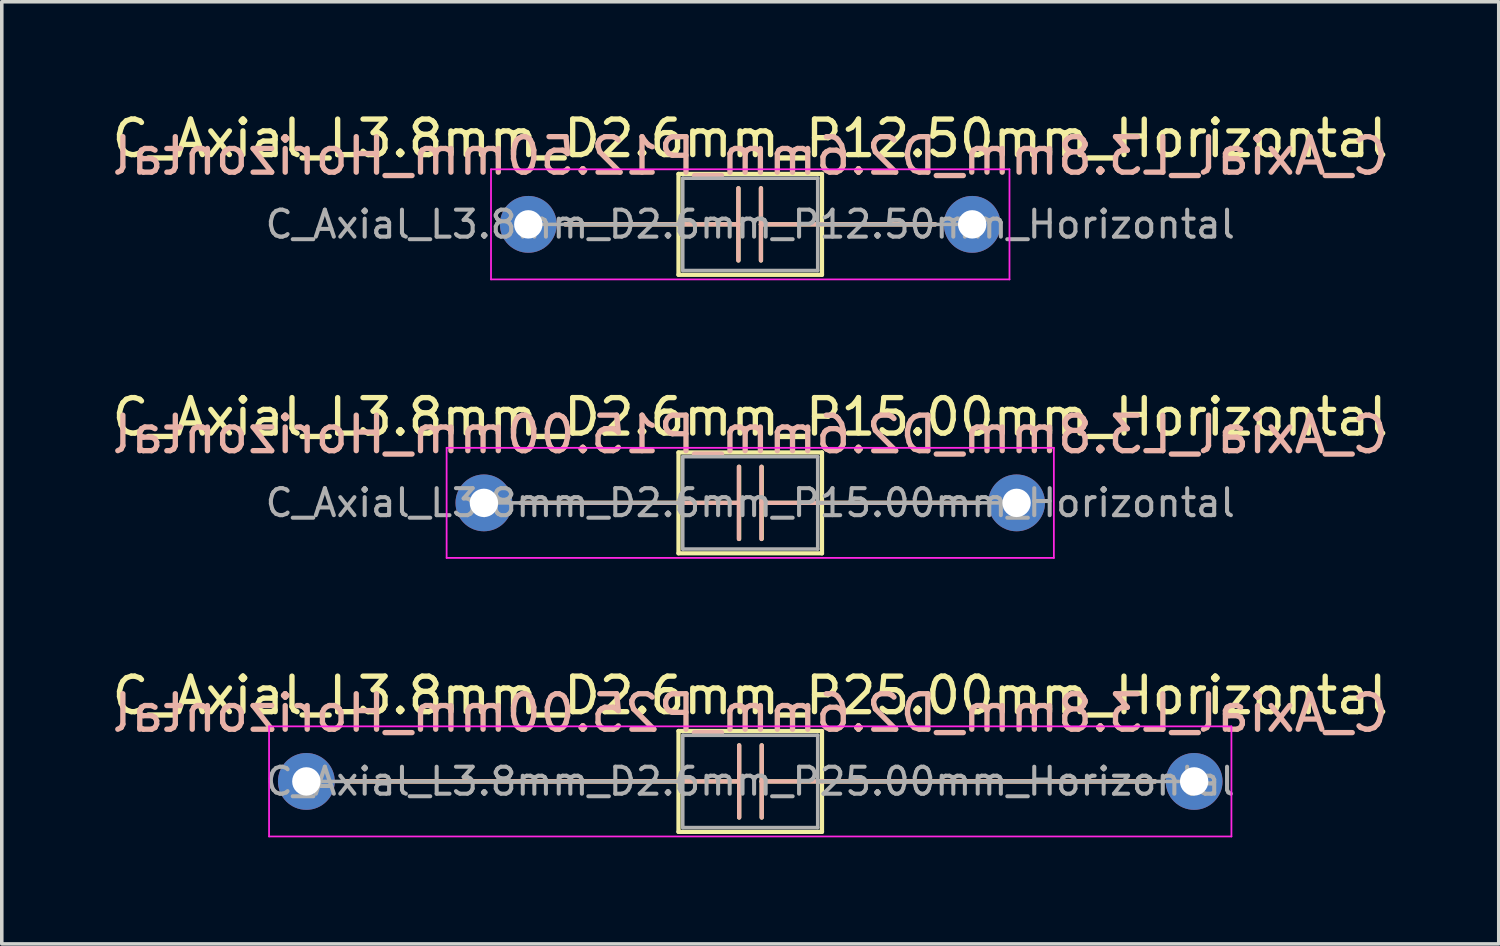
<source format=kicad_pcb>
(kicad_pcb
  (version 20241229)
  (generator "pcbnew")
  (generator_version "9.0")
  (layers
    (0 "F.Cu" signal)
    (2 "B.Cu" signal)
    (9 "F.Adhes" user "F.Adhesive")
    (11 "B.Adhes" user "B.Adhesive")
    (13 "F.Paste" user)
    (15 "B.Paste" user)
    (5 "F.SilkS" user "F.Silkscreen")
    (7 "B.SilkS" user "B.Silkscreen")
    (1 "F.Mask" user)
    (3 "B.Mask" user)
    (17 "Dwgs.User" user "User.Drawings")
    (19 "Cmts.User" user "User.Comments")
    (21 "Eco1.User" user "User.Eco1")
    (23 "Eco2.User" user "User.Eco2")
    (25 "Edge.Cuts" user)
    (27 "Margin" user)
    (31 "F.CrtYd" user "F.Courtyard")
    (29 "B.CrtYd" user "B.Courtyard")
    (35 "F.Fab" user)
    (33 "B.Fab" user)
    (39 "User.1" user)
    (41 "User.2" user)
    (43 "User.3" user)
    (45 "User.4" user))
  (footprint "C_Axial_L3.8mm_D2.6mm_P15.00mm_Horizontal"
    (layer "F.Cu")
    (at 10.577 11.111)
    (property "Reference" "C_Axial_L3.8mm_D2.6mm_P15.00mm_Horizontal" (at 7.5 -2.42 0) (layer "F.SilkS") (effects (font (size 1 1) (thickness 0.15))))
    (fp_line (start 1.04 0) (end 5.48 0) (stroke (width 0.12) (type solid)) (layer "F.SilkS"))
    (fp_line (start 5.461 0) (end 7.188 0) (stroke (width 0.12) (type solid)) (layer "F.SilkS"))
    (fp_line (start 5.48 -1.42) (end 5.48 1.42) (stroke (width 0.12) (type solid)) (layer "F.SilkS"))
    (fp_line (start 5.48 1.42) (end 9.52 1.42) (stroke (width 0.12) (type solid)) (layer "F.SilkS"))
    (fp_line (start 7.188 0) (end 7.188 -1.016) (stroke (width 0.12) (type solid)) (layer "F.SilkS"))
    (fp_line (start 7.188 0) (end 7.188 1.016) (stroke (width 0.12) (type solid)) (layer "F.SilkS"))
    (fp_line (start 7.823 0) (end 7.823 -1.016) (stroke (width 0.12) (type solid)) (layer "F.SilkS"))
    (fp_line (start 7.823 0) (end 7.823 1.016) (stroke (width 0.12) (type solid)) (layer "F.SilkS"))
    (fp_line (start 9.52 -1.42) (end 5.48 -1.42) (stroke (width 0.12) (type solid)) (layer "F.SilkS"))
    (fp_line (start 9.52 1.42) (end 9.52 -1.42) (stroke (width 0.12) (type solid)) (layer "F.SilkS"))
    (fp_line (start 9.525 0) (end 7.823 0) (stroke (width 0.12) (type solid)) (layer "F.SilkS"))
    (fp_line (start 13.96 0) (end 9.52 0) (stroke (width 0.12) (type solid)) (layer "F.SilkS"))
    (fp_line (start 1.03 0) (end 5.47 0) (stroke (width 0.12) (type solid)) (layer "B.SilkS"))
    (fp_line (start 5.451 0) (end 7.178 0) (stroke (width 0.12) (type solid)) (layer "B.SilkS"))
    (fp_line (start 7.178 0) (end 7.178 -1.016) (stroke (width 0.12) (type solid)) (layer "B.SilkS"))
    (fp_line (start 7.178 0) (end 7.178 1.016) (stroke (width 0.12) (type solid)) (layer "B.SilkS"))
    (fp_line (start 7.813 0) (end 7.813 -1.016) (stroke (width 0.12) (type solid)) (layer "B.SilkS"))
    (fp_line (start 7.813 0) (end 7.813 1.016) (stroke (width 0.12) (type solid)) (layer "B.SilkS"))
    (fp_line (start 9.515 0) (end 7.813 0) (stroke (width 0.12) (type solid)) (layer "B.SilkS"))
    (fp_line (start 13.95 0) (end 9.51 0) (stroke (width 0.12) (type solid)) (layer "B.SilkS"))
    (fp_line (start -1.05 -1.55) (end -1.05 1.55) (stroke (width 0.05) (type solid)) (layer "F.CrtYd"))
    (fp_line (start -1.05 1.55) (end 16.05 1.55) (stroke (width 0.05) (type solid)) (layer "F.CrtYd"))
    (fp_line (start 16.05 -1.55) (end -1.05 -1.55) (stroke (width 0.05) (type solid)) (layer "F.CrtYd"))
    (fp_line (start 16.05 1.55) (end 16.05 -1.55) (stroke (width 0.05) (type solid)) (layer "F.CrtYd"))
    (fp_line (start 0 0) (end 5.6 0) (stroke (width 0.1) (type solid)) (layer "F.Fab"))
    (fp_line (start 5.6 -1.3) (end 5.6 1.3) (stroke (width 0.1) (type solid)) (layer "F.Fab"))
    (fp_line (start 5.6 1.3) (end 9.4 1.3) (stroke (width 0.1) (type solid)) (layer "F.Fab"))
    (fp_line (start 9.4 -1.3) (end 5.6 -1.3) (stroke (width 0.1) (type solid)) (layer "F.Fab"))
    (fp_line (start 9.4 1.3) (end 9.4 -1.3) (stroke (width 0.1) (type solid)) (layer "F.Fab"))
    (fp_line (start 15 0) (end 9.4 0) (stroke (width 0.1) (type solid)) (layer "F.Fab"))
    (fp_text user "${REFERENCE}" (at 7.5 -1.925 0) (layer "B.SilkS") (effects (font (size 1 1) (thickness 0.15)) (justify mirror)))
    (fp_text user "${REFERENCE}" (at 7.5 0 0) (layer "F.Fab") (effects (font (size 0.76 0.76) (thickness 0.114))))
    (pad "1" thru_hole circle (at 0 0) (size 1.6 1.6) (drill 0.8) (layers "*.Cu" "*.Mask"))
    (pad "2" thru_hole oval (at 15 0) (size 1.6 1.6) (drill 0.8) (layers "*.Cu" "*.Mask")))
  (footprint "C_Axial_L3.8mm_D2.6mm_P25.00mm_Horizontal"
    (layer "F.Cu")
    (at 5.577 18.955)
    (property "Reference" "C_Axial_L3.8mm_D2.6mm_P25.00mm_Horizontal" (at 12.5 -2.42 0) (layer "F.SilkS") (effects (font (size 1 1) (thickness 0.15))))
    (fp_line (start 1.1 0) (end 10.48 0) (stroke (width 0.12) (type solid)) (layer "F.SilkS"))
    (fp_line (start 10.48 -1.42) (end 10.48 1.42) (stroke (width 0.12) (type solid)) (layer "F.SilkS"))
    (fp_line (start 10.48 0) (end 12.188 0) (stroke (width 0.12) (type solid)) (layer "F.SilkS"))
    (fp_line (start 10.48 1.42) (end 14.52 1.42) (stroke (width 0.12) (type solid)) (layer "F.SilkS"))
    (fp_line (start 12.188 0) (end 12.188 -1.016) (stroke (width 0.12) (type solid)) (layer "F.SilkS"))
    (fp_line (start 12.188 0) (end 12.188 1.016) (stroke (width 0.12) (type solid)) (layer "F.SilkS"))
    (fp_line (start 12.823 0) (end 12.823 -1.016) (stroke (width 0.12) (type solid)) (layer "F.SilkS"))
    (fp_line (start 12.823 0) (end 12.823 1.016) (stroke (width 0.12) (type solid)) (layer "F.SilkS"))
    (fp_line (start 14.52 -1.42) (end 10.48 -1.42) (stroke (width 0.12) (type solid)) (layer "F.SilkS"))
    (fp_line (start 14.52 0) (end 12.823 0) (stroke (width 0.12) (type solid)) (layer "F.SilkS"))
    (fp_line (start 14.52 1.42) (end 14.52 -1.42) (stroke (width 0.12) (type solid)) (layer "F.SilkS"))
    (fp_line (start 23.9 0) (end 14.52 0) (stroke (width 0.12) (type solid)) (layer "F.SilkS"))
    (fp_line (start 1.1 0) (end 10.48 0) (stroke (width 0.12) (type solid)) (layer "B.SilkS"))
    (fp_line (start 10.48 0) (end 12.188 0) (stroke (width 0.12) (type solid)) (layer "B.SilkS"))
    (fp_line (start 12.188 0) (end 12.188 -1.016) (stroke (width 0.12) (type solid)) (layer "B.SilkS"))
    (fp_line (start 12.188 0) (end 12.188 1.016) (stroke (width 0.12) (type solid)) (layer "B.SilkS"))
    (fp_line (start 12.823 0) (end 12.823 -1.016) (stroke (width 0.12) (type solid)) (layer "B.SilkS"))
    (fp_line (start 12.823 0) (end 12.823 1.016) (stroke (width 0.12) (type solid)) (layer "B.SilkS"))
    (fp_line (start 14.52 0) (end 12.823 0) (stroke (width 0.12) (type solid)) (layer "B.SilkS"))
    (fp_line (start 23.9 0) (end 14.52 0) (stroke (width 0.12) (type solid)) (layer "B.SilkS"))
    (fp_line (start -1.05 -1.55) (end -1.05 1.55) (stroke (width 0.05) (type solid)) (layer "F.CrtYd"))
    (fp_line (start -1.05 1.55) (end 26.05 1.55) (stroke (width 0.05) (type solid)) (layer "F.CrtYd"))
    (fp_line (start 26.05 -1.55) (end -1.05 -1.55) (stroke (width 0.05) (type solid)) (layer "F.CrtYd"))
    (fp_line (start 26.05 1.55) (end 26.05 -1.55) (stroke (width 0.05) (type solid)) (layer "F.CrtYd"))
    (fp_line (start 0 0) (end 10.6 0) (stroke (width 0.1) (type solid)) (layer "F.Fab"))
    (fp_line (start 10.6 -1.3) (end 10.6 1.3) (stroke (width 0.1) (type solid)) (layer "F.Fab"))
    (fp_line (start 10.6 1.3) (end 14.4 1.3) (stroke (width 0.1) (type solid)) (layer "F.Fab"))
    (fp_line (start 14.4 -1.3) (end 10.6 -1.3) (stroke (width 0.1) (type solid)) (layer "F.Fab"))
    (fp_line (start 14.4 1.3) (end 14.4 -1.3) (stroke (width 0.1) (type solid)) (layer "F.Fab"))
    (fp_line (start 25 0) (end 14.4 0) (stroke (width 0.1) (type solid)) (layer "F.Fab"))
    (fp_text user "${REFERENCE}" (at 12.5 -1.925 0) (layer "B.SilkS") (effects (font (size 1 1) (thickness 0.15)) (justify mirror)))
    (fp_text user "${REFERENCE}" (at 12.5 0 0) (layer "F.Fab") (effects (font (size 0.76 0.76) (thickness 0.114))))
    (pad "1" thru_hole circle (at 0 0) (size 1.6 1.6) (drill 0.8) (layers "*.Cu" "*.Mask"))
    (pad "2" thru_hole oval (at 25 0) (size 1.6 1.6) (drill 0.8) (layers "*.Cu" "*.Mask")))
  (footprint "C_Axial_L3.8mm_D2.6mm_P12.50mm_Horizontal"
    (layer "F.Cu")
    (at 11.827 3.268)
    (property "Reference" "C_Axial_L3.8mm_D2.6mm_P12.50mm_Horizontal" (at 6.25 -2.42 0) (layer "F.SilkS") (effects (font (size 1 1) (thickness 0.15))))
    (fp_line (start 1.04 0) (end 4.23 0) (stroke (width 0.12) (type solid)) (layer "F.SilkS"))
    (fp_line (start 4.23 -1.42) (end 4.23 1.42) (stroke (width 0.12) (type solid)) (layer "F.SilkS"))
    (fp_line (start 4.23 0) (end 5.918 0) (stroke (width 0.12) (type solid)) (layer "F.SilkS"))
    (fp_line (start 4.23 1.42) (end 8.27 1.42) (stroke (width 0.12) (type solid)) (layer "F.SilkS"))
    (fp_line (start 5.918 0) (end 5.918 -1.016) (stroke (width 0.12) (type solid)) (layer "F.SilkS"))
    (fp_line (start 5.918 0) (end 5.918 1.016) (stroke (width 0.12) (type solid)) (layer "F.SilkS"))
    (fp_line (start 6.553 0) (end 6.553 -1.016) (stroke (width 0.12) (type solid)) (layer "F.SilkS"))
    (fp_line (start 6.553 0) (end 6.553 1.016) (stroke (width 0.12) (type solid)) (layer "F.SilkS"))
    (fp_line (start 8.27 -1.42) (end 4.23 -1.42) (stroke (width 0.12) (type solid)) (layer "F.SilkS"))
    (fp_line (start 8.27 0) (end 6.553 0) (stroke (width 0.12) (type solid)) (layer "F.SilkS"))
    (fp_line (start 8.27 1.42) (end 8.27 -1.42) (stroke (width 0.12) (type solid)) (layer "F.SilkS"))
    (fp_line (start 11.46 0) (end 8.27 0) (stroke (width 0.12) (type solid)) (layer "F.SilkS"))
    (fp_line (start 1.037 0) (end 4.227 0) (stroke (width 0.12) (type solid)) (layer "B.SilkS"))
    (fp_line (start 4.227 0) (end 5.915 0) (stroke (width 0.12) (type solid)) (layer "B.SilkS"))
    (fp_line (start 5.915 0) (end 5.915 -1.016) (stroke (width 0.12) (type solid)) (layer "B.SilkS"))
    (fp_line (start 5.915 0) (end 5.915 1.016) (stroke (width 0.12) (type solid)) (layer "B.SilkS"))
    (fp_line (start 6.55 0) (end 6.55 -1.016) (stroke (width 0.12) (type solid)) (layer "B.SilkS"))
    (fp_line (start 6.55 0) (end 6.55 1.016) (stroke (width 0.12) (type solid)) (layer "B.SilkS"))
    (fp_line (start 8.267 0) (end 6.55 0) (stroke (width 0.12) (type solid)) (layer "B.SilkS"))
    (fp_line (start 11.457 0) (end 8.267 0) (stroke (width 0.12) (type solid)) (layer "B.SilkS"))
    (fp_line (start -1.05 -1.55) (end -1.05 1.55) (stroke (width 0.05) (type solid)) (layer "F.CrtYd"))
    (fp_line (start -1.05 1.55) (end 13.55 1.55) (stroke (width 0.05) (type solid)) (layer "F.CrtYd"))
    (fp_line (start 13.55 -1.55) (end -1.05 -1.55) (stroke (width 0.05) (type solid)) (layer "F.CrtYd"))
    (fp_line (start 13.55 1.55) (end 13.55 -1.55) (stroke (width 0.05) (type solid)) (layer "F.CrtYd"))
    (fp_line (start 0 0) (end 4.35 0) (stroke (width 0.1) (type solid)) (layer "F.Fab"))
    (fp_line (start 4.35 -1.3) (end 4.35 1.3) (stroke (width 0.1) (type solid)) (layer "F.Fab"))
    (fp_line (start 4.35 1.3) (end 8.15 1.3) (stroke (width 0.1) (type solid)) (layer "F.Fab"))
    (fp_line (start 8.15 -1.3) (end 4.35 -1.3) (stroke (width 0.1) (type solid)) (layer "F.Fab"))
    (fp_line (start 8.15 1.3) (end 8.15 -1.3) (stroke (width 0.1) (type solid)) (layer "F.Fab"))
    (fp_line (start 12.5 0) (end 8.15 0) (stroke (width 0.1) (type solid)) (layer "F.Fab"))
    (fp_text user "${REFERENCE}" (at 6.25 -1.925 0) (layer "B.SilkS") (effects (font (size 1 1) (thickness 0.15)) (justify mirror)))
    (fp_text user "${REFERENCE}" (at 6.25 0 0) (layer "F.Fab") (effects (font (size 0.76 0.76) (thickness 0.114))))
    (pad "1" thru_hole circle (at 0 0) (size 1.6 1.6) (drill 0.8) (layers "*.Cu" "*.Mask"))
    (pad "2" thru_hole oval (at 12.5 0) (size 1.6 1.6) (drill 0.8) (layers "*.Cu" "*.Mask")))
  (gr_rect
    (start -3 -3)
    (end 39.155 23.53)
    (stroke (width 0.1) (type default))
    (fill no)
    (layer "Edge.Cuts")))
</source>
